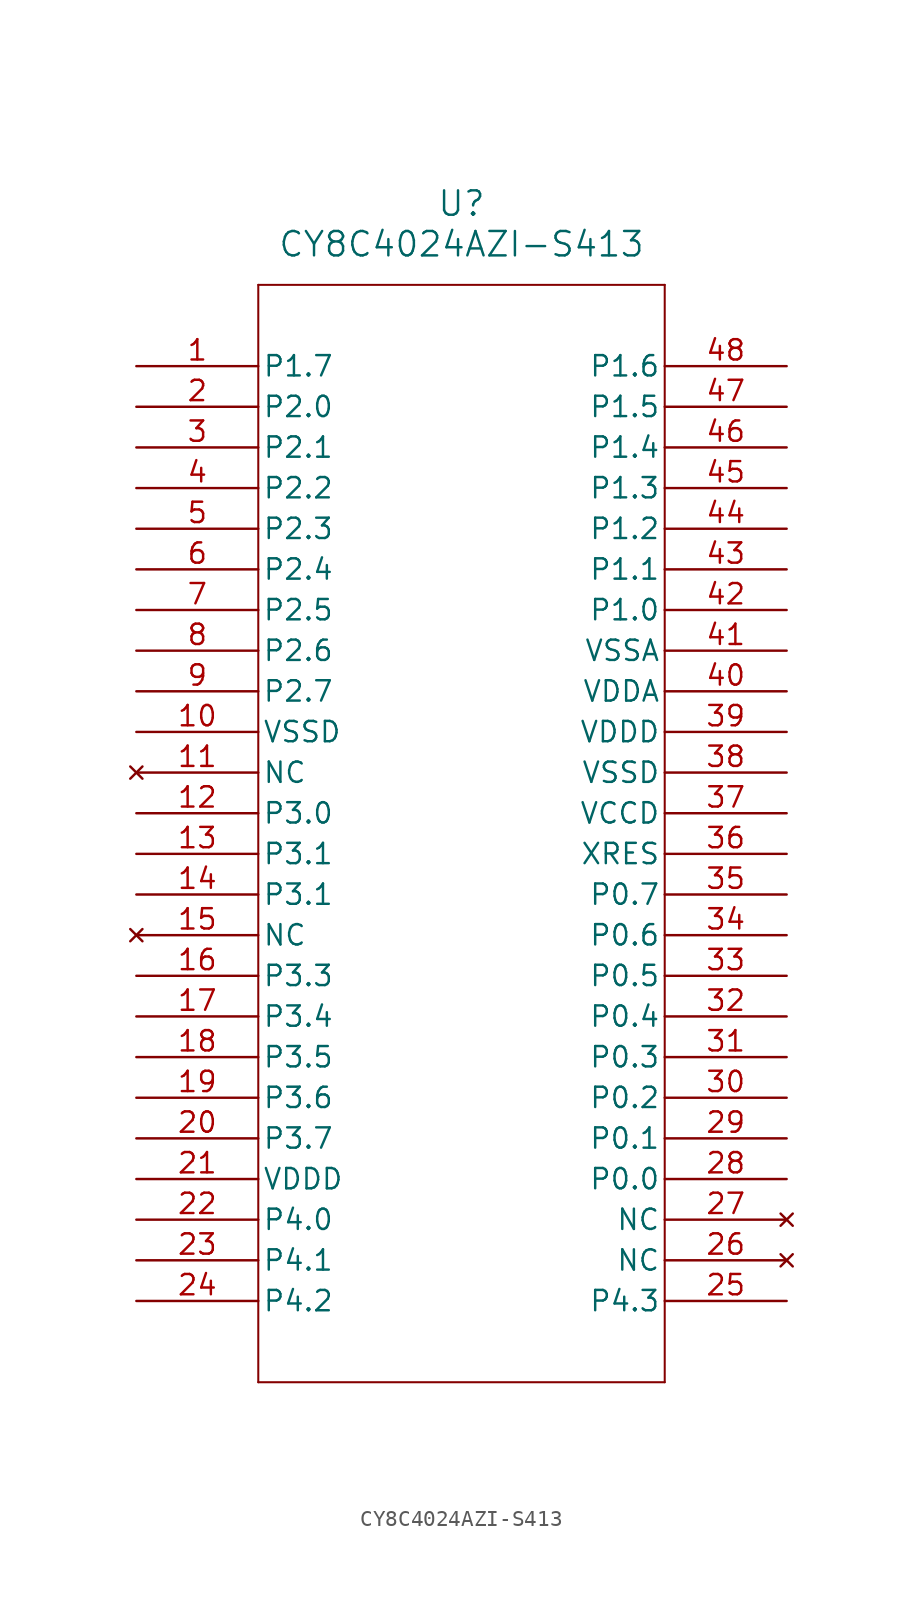
<source format=kicad_sym>
(kicad_symbol_lib
  (version 20211014)
  (generator kicad_symbol_editor)
  (symbol "CY8C4024AZI-S413"
    (pin_names
      (offset 0.254))
    (property "Reference" "U"
      (at 20.32 10.16 0)
      (effects (font (size 1.524 1.524))))
    (property "Value" "CY8C4024AZI-S413"
      (at 20.32 7.62 0)
      (effects (font (size 1.524 1.524))))
    (symbol "CY8C4024AZI-S413_0_1"
      (polyline (pts (xy 7.62 5.08) (xy 7.62 -63.5)) (stroke (width 0.127) (type default) (color 0 0 0 0)) (fill (type none)))
      (polyline (pts (xy 7.62 -63.5) (xy 33.02 -63.5)) (stroke (width 0.127) (type default) (color 0 0 0 0)) (fill (type none)))
      (polyline (pts (xy 33.02 -63.5) (xy 33.02 5.08)) (stroke (width 0.127) (type default) (color 0 0 0 0)) (fill (type none)))
      (polyline (pts (xy 33.02 5.08) (xy 7.62 5.08)) (stroke (width 0.127) (type default) (color 0 0 0 0)) (fill (type none)))
      (pin bidirectional line (at 0 0 0) (length 7.62) (name "P1.7" (effects (font (size 1.27 1.27)))) (number "1" (effects (font (size 1.27 1.27)))))
      (pin bidirectional line (at 0 -2.54 0) (length 7.62) (name "P2.0" (effects (font (size 1.27 1.27)))) (number "2" (effects (font (size 1.27 1.27)))))
      (pin bidirectional line (at 0 -5.08 0) (length 7.62) (name "P2.1" (effects (font (size 1.27 1.27)))) (number "3" (effects (font (size 1.27 1.27)))))
      (pin bidirectional line (at 0 -7.62 0) (length 7.62) (name "P2.2" (effects (font (size 1.27 1.27)))) (number "4" (effects (font (size 1.27 1.27)))))
      (pin bidirectional line (at 0 -10.16 0) (length 7.62) (name "P2.3" (effects (font (size 1.27 1.27)))) (number "5" (effects (font (size 1.27 1.27)))))
      (pin bidirectional line (at 0 -12.7 0) (length 7.62) (name "P2.4" (effects (font (size 1.27 1.27)))) (number "6" (effects (font (size 1.27 1.27)))))
      (pin bidirectional line (at 0 -15.24 0) (length 7.62) (name "P2.5" (effects (font (size 1.27 1.27)))) (number "7" (effects (font (size 1.27 1.27)))))
      (pin bidirectional line (at 0 -17.78 0) (length 7.62) (name "P2.6" (effects (font (size 1.27 1.27)))) (number "8" (effects (font (size 1.27 1.27)))))
      (pin bidirectional line (at 0 -20.32 0) (length 7.62) (name "P2.7" (effects (font (size 1.27 1.27)))) (number "9" (effects (font (size 1.27 1.27)))))
      (pin power_out line (at 0 -22.86 0) (length 7.62) (name "VSSD" (effects (font (size 1.27 1.27)))) (number "10" (effects (font (size 1.27 1.27)))))
      (pin no_connect line (at 0 -25.4 0) (length 7.62) (name "NC" (effects (font (size 1.27 1.27)))) (number "11" (effects (font (size 1.27 1.27)))))
      (pin bidirectional line (at 0 -27.94 0) (length 7.62) (name "P3.0" (effects (font (size 1.27 1.27)))) (number "12" (effects (font (size 1.27 1.27)))))
      (pin bidirectional line (at 0 -30.48 0) (length 7.62) (name "P3.1" (effects (font (size 1.27 1.27)))) (number "13" (effects (font (size 1.27 1.27)))))
      (pin bidirectional line (at 0 -33.02 0) (length 7.62) (name "P3.1" (effects (font (size 1.27 1.27)))) (number "14" (effects (font (size 1.27 1.27)))))
      (pin no_connect line (at 0 -35.56 0) (length 7.62) (name "NC" (effects (font (size 1.27 1.27)))) (number "15" (effects (font (size 1.27 1.27)))))
      (pin bidirectional line (at 0 -38.1 0) (length 7.62) (name "P3.3" (effects (font (size 1.27 1.27)))) (number "16" (effects (font (size 1.27 1.27)))))
      (pin bidirectional line (at 0 -40.64 0) (length 7.62) (name "P3.4" (effects (font (size 1.27 1.27)))) (number "17" (effects (font (size 1.27 1.27)))))
      (pin bidirectional line (at 0 -43.18 0) (length 7.62) (name "P3.5" (effects (font (size 1.27 1.27)))) (number "18" (effects (font (size 1.27 1.27)))))
      (pin bidirectional line (at 0 -45.72 0) (length 7.62) (name "P3.6" (effects (font (size 1.27 1.27)))) (number "19" (effects (font (size 1.27 1.27)))))
      (pin bidirectional line (at 0 -48.26 0) (length 7.62) (name "P3.7" (effects (font (size 1.27 1.27)))) (number "20" (effects (font (size 1.27 1.27)))))
      (pin power_in line (at 0 -50.8 0) (length 7.62) (name "VDDD" (effects (font (size 1.27 1.27)))) (number "21" (effects (font (size 1.27 1.27)))))
      (pin bidirectional line (at 0 -53.34 0) (length 7.62) (name "P4.0" (effects (font (size 1.27 1.27)))) (number "22" (effects (font (size 1.27 1.27)))))
      (pin bidirectional line (at 0 -55.88 0) (length 7.62) (name "P4.1" (effects (font (size 1.27 1.27)))) (number "23" (effects (font (size 1.27 1.27)))))
      (pin bidirectional line (at 0 -58.42 0) (length 7.62) (name "P4.2" (effects (font (size 1.27 1.27)))) (number "24" (effects (font (size 1.27 1.27)))))
      (pin bidirectional line (at 40.64 -58.42 180) (length 7.62) (name "P4.3" (effects (font (size 1.27 1.27)))) (number "25" (effects (font (size 1.27 1.27)))))
      (pin no_connect line (at 40.64 -55.88 180) (length 7.62) (name "NC" (effects (font (size 1.27 1.27)))) (number "26" (effects (font (size 1.27 1.27)))))
      (pin no_connect line (at 40.64 -53.34 180) (length 7.62) (name "NC" (effects (font (size 1.27 1.27)))) (number "27" (effects (font (size 1.27 1.27)))))
      (pin bidirectional line (at 40.64 -50.8 180) (length 7.62) (name "P0.0" (effects (font (size 1.27 1.27)))) (number "28" (effects (font (size 1.27 1.27)))))
      (pin bidirectional line (at 40.64 -48.26 180) (length 7.62) (name "P0.1" (effects (font (size 1.27 1.27)))) (number "29" (effects (font (size 1.27 1.27)))))
      (pin bidirectional line (at 40.64 -45.72 180) (length 7.62) (name "P0.2" (effects (font (size 1.27 1.27)))) (number "30" (effects (font (size 1.27 1.27)))))
      (pin bidirectional line (at 40.64 -43.18 180) (length 7.62) (name "P0.3" (effects (font (size 1.27 1.27)))) (number "31" (effects (font (size 1.27 1.27)))))
      (pin bidirectional line (at 40.64 -40.64 180) (length 7.62) (name "P0.4" (effects (font (size 1.27 1.27)))) (number "32" (effects (font (size 1.27 1.27)))))
      (pin bidirectional line (at 40.64 -38.1 180) (length 7.62) (name "P0.5" (effects (font (size 1.27 1.27)))) (number "33" (effects (font (size 1.27 1.27)))))
      (pin bidirectional line (at 40.64 -35.56 180) (length 7.62) (name "P0.6" (effects (font (size 1.27 1.27)))) (number "34" (effects (font (size 1.27 1.27)))))
      (pin bidirectional line (at 40.64 -33.02 180) (length 7.62) (name "P0.7" (effects (font (size 1.27 1.27)))) (number "35" (effects (font (size 1.27 1.27)))))
      (pin unspecified line (at 40.64 -30.48 180) (length 7.62) (name "XRES" (effects (font (size 1.27 1.27)))) (number "36" (effects (font (size 1.27 1.27)))))
      (pin power_in line (at 40.64 -27.94 180) (length 7.62) (name "VCCD" (effects (font (size 1.27 1.27)))) (number "37" (effects (font (size 1.27 1.27)))))
      (pin power_out line (at 40.64 -25.4 180) (length 7.62) (name "VSSD" (effects (font (size 1.27 1.27)))) (number "38" (effects (font (size 1.27 1.27)))))
      (pin power_in line (at 40.64 -22.86 180) (length 7.62) (name "VDDD" (effects (font (size 1.27 1.27)))) (number "39" (effects (font (size 1.27 1.27)))))
      (pin power_in line (at 40.64 -20.32 180) (length 7.62) (name "VDDA" (effects (font (size 1.27 1.27)))) (number "40" (effects (font (size 1.27 1.27)))))
      (pin power_out line (at 40.64 -17.78 180) (length 7.62) (name "VSSA" (effects (font (size 1.27 1.27)))) (number "41" (effects (font (size 1.27 1.27)))))
      (pin bidirectional line (at 40.64 -15.24 180) (length 7.62) (name "P1.0" (effects (font (size 1.27 1.27)))) (number "42" (effects (font (size 1.27 1.27)))))
      (pin bidirectional line (at 40.64 -12.7 180) (length 7.62) (name "P1.1" (effects (font (size 1.27 1.27)))) (number "43" (effects (font (size 1.27 1.27)))))
      (pin bidirectional line (at 40.64 -10.16 180) (length 7.62) (name "P1.2" (effects (font (size 1.27 1.27)))) (number "44" (effects (font (size 1.27 1.27)))))
      (pin bidirectional line (at 40.64 -7.62 180) (length 7.62) (name "P1.3" (effects (font (size 1.27 1.27)))) (number "45" (effects (font (size 1.27 1.27)))))
      (pin bidirectional line (at 40.64 -5.08 180) (length 7.62) (name "P1.4" (effects (font (size 1.27 1.27)))) (number "46" (effects (font (size 1.27 1.27)))))
      (pin bidirectional line (at 40.64 -2.54 180) (length 7.62) (name "P1.5" (effects (font (size 1.27 1.27)))) (number "47" (effects (font (size 1.27 1.27)))))
      (pin bidirectional line (at 40.64 0 180) (length 7.62) (name "P1.6" (effects (font (size 1.27 1.27)))) (number "48" (effects (font (size 1.27 1.27))))))))
</source>
